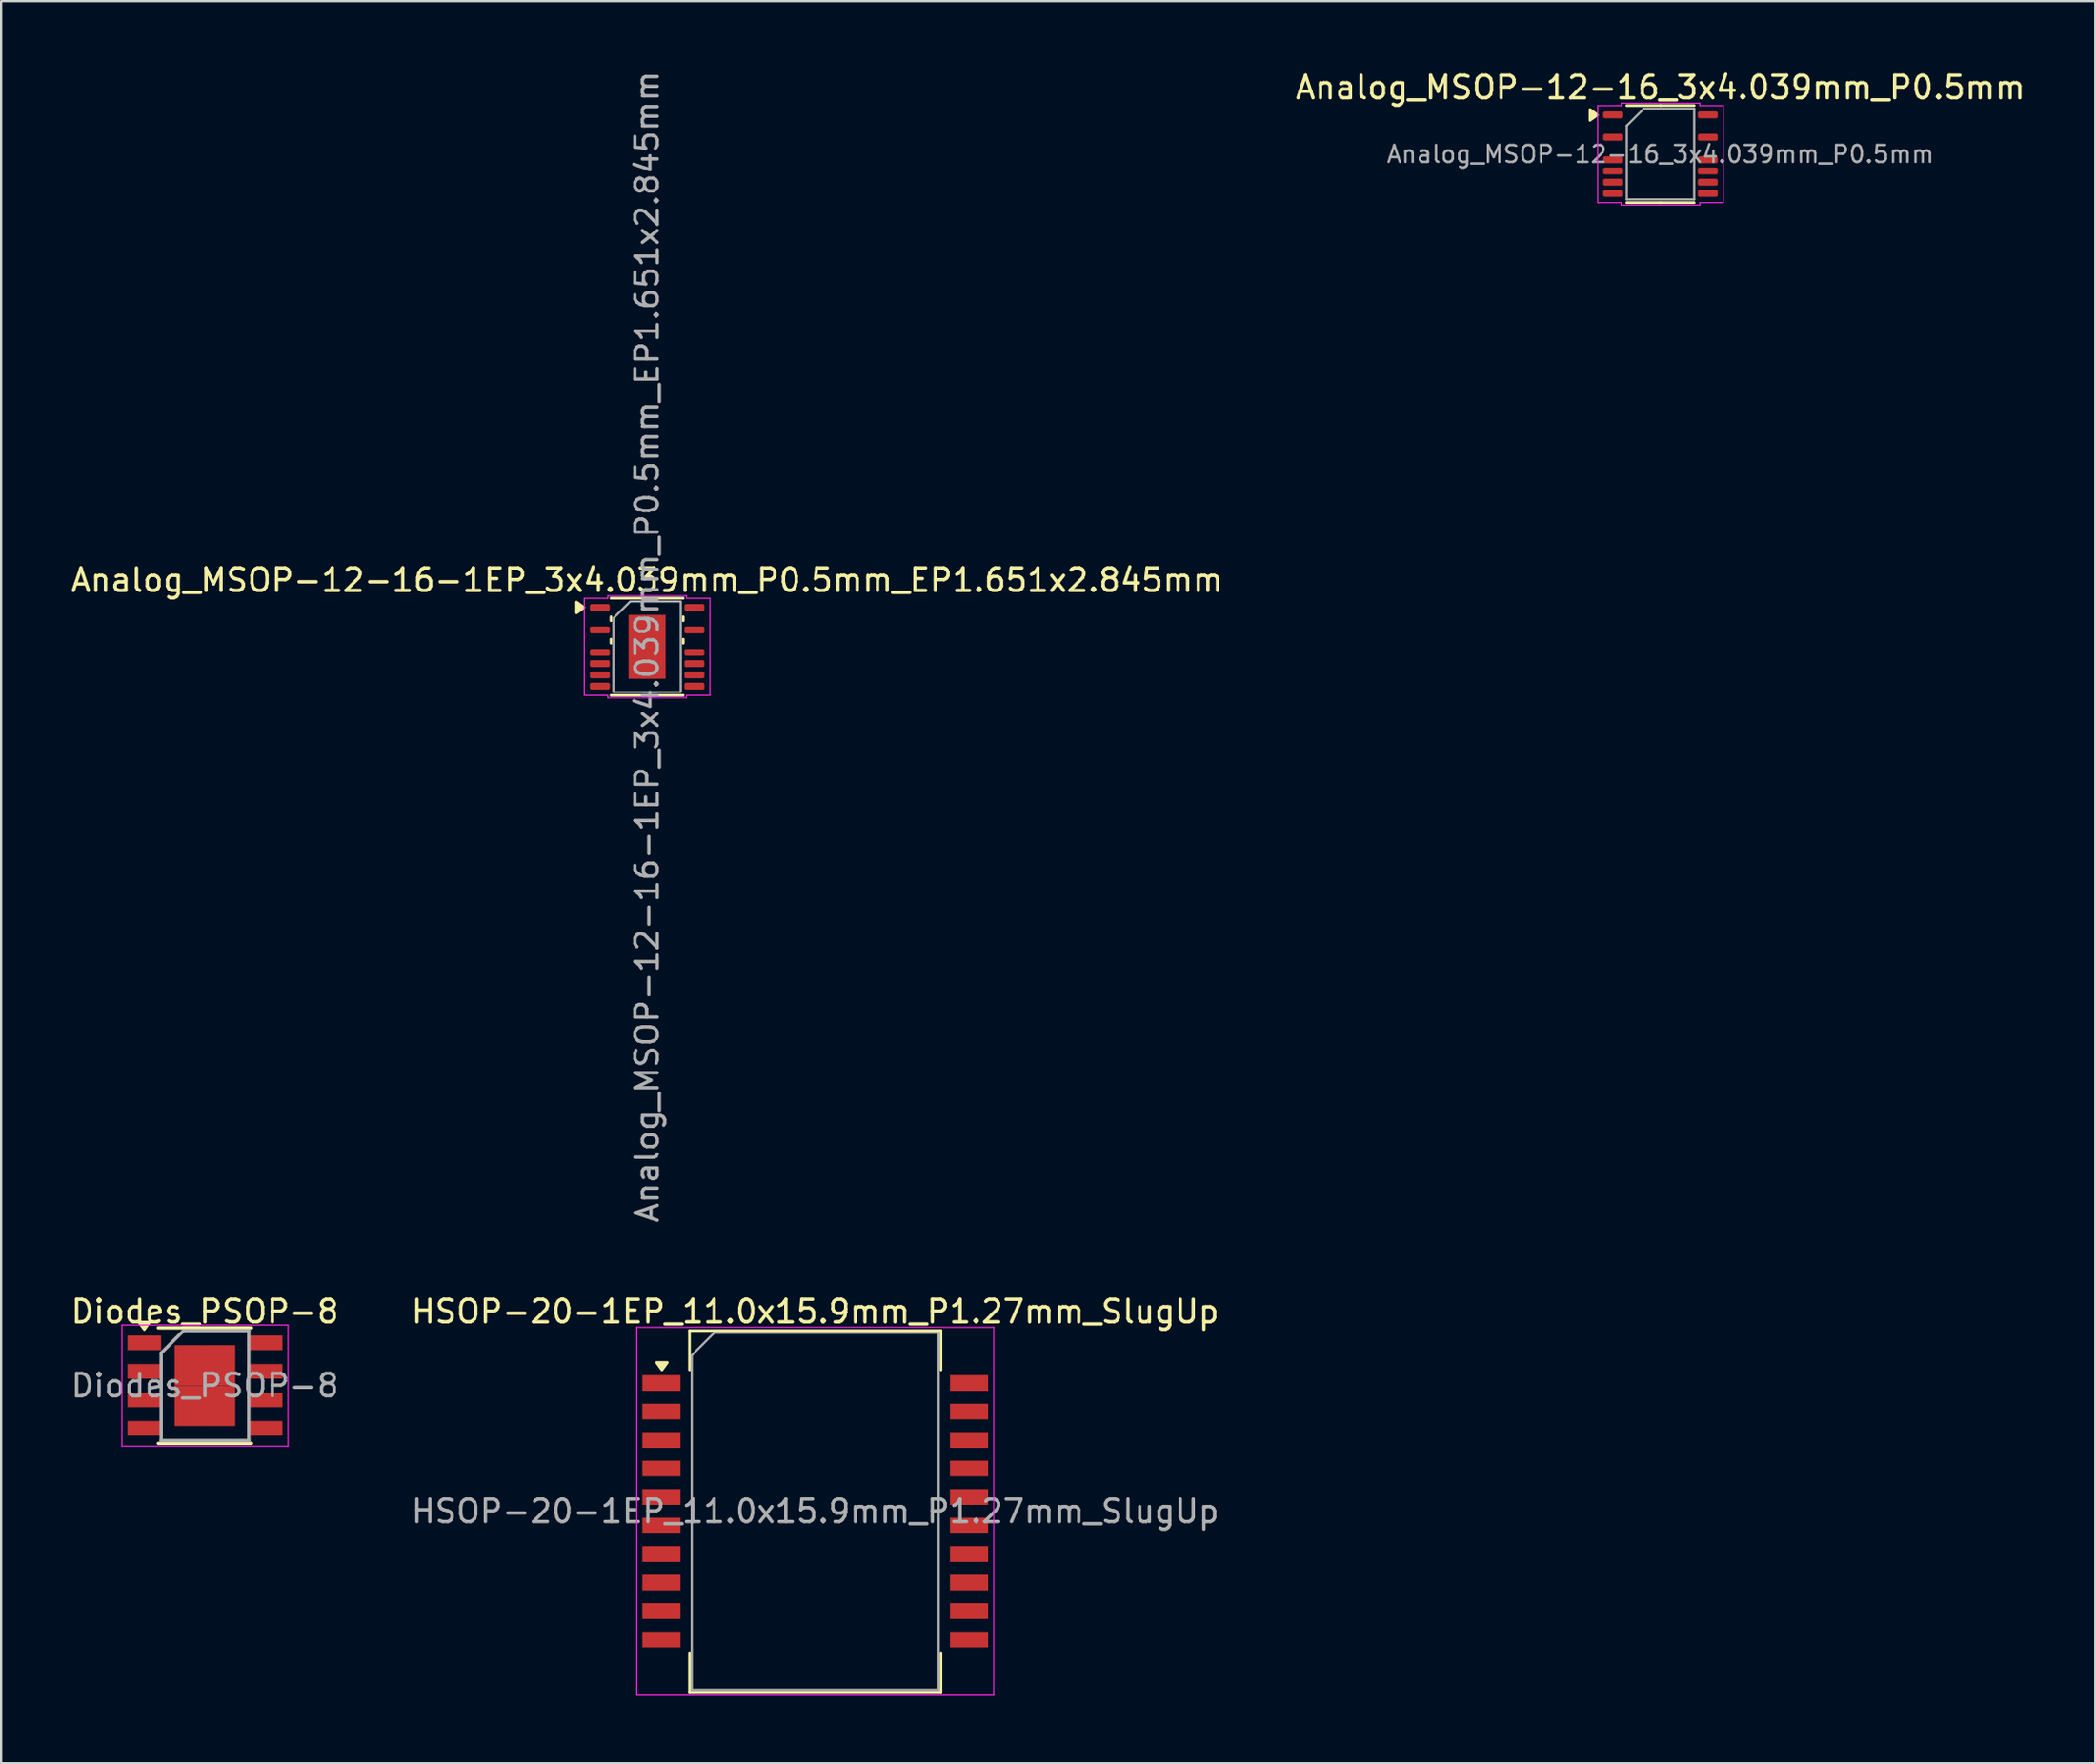
<source format=kicad_pcb>
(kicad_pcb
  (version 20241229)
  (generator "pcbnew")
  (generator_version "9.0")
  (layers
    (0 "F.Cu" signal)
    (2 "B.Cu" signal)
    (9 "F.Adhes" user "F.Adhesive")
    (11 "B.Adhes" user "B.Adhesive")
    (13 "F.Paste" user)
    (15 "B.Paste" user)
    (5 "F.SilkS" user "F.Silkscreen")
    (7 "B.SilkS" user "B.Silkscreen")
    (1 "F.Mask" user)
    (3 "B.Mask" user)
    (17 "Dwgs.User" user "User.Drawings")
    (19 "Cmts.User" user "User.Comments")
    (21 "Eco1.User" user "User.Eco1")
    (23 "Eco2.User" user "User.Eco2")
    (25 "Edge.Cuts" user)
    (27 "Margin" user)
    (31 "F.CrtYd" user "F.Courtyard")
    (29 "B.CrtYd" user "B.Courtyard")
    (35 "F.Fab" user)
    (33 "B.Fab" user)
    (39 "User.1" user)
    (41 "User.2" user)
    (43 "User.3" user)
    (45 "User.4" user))
  (footprint "Analog_MSOP-12-16-1EP_3x4.039mm_P0.5mm_EP1.651x2.845mm"
    (layer "F.Cu")
    (at 25.768 25.768)
    (property "Reference" "Analog_MSOP-12-16-1EP_3x4.039mm_P0.5mm_EP1.651x2.845mm" (at 0 -2.97 0) (layer "F.SilkS") (effects (font (size 1 1) (thickness 0.15))))
    (attr smd)
    (fp_line (start -1.61 -2.163) (end 1.61 -2.163) (stroke (width 0.12) (type solid)) (layer "F.SilkS"))
    (fp_line (start -1.61 -1.163) (end -1.61 -1.337) (stroke (width 0.12) (type solid)) (layer "F.SilkS"))
    (fp_line (start -1.61 -0.163) (end -1.61 -0.338) (stroke (width 0.12) (type solid)) (layer "F.SilkS"))
    (fp_line (start 1.61 -1.337) (end 1.61 -1.163) (stroke (width 0.12) (type solid)) (layer "F.SilkS"))
    (fp_line (start 1.61 -0.338) (end 1.61 -0.163) (stroke (width 0.12) (type solid)) (layer "F.SilkS"))
    (fp_line (start 1.61 2.163) (end -1.61 2.163) (stroke (width 0.12) (type solid)) (layer "F.SilkS"))
    (fp_poly (pts (xy -2.81 -1.75) (xy -3.14 -1.51) (xy -3.14 -1.99)) (stroke (width 0.12) (type solid)) (fill yes) (layer "F.SilkS"))
    (fp_line (start -2.8 -2.16) (end -1.75 -2.16) (stroke (width 0.05) (type solid)) (layer "F.CrtYd"))
    (fp_line (start -2.8 2.16) (end -2.8 -2.16) (stroke (width 0.05) (type solid)) (layer "F.CrtYd"))
    (fp_line (start -1.75 -2.27) (end 1.75 -2.27) (stroke (width 0.05) (type solid)) (layer "F.CrtYd"))
    (fp_line (start -1.75 -2.16) (end -1.75 -2.27) (stroke (width 0.05) (type solid)) (layer "F.CrtYd"))
    (fp_line (start -1.75 2.16) (end -2.8 2.16) (stroke (width 0.05) (type solid)) (layer "F.CrtYd"))
    (fp_line (start -1.75 2.27) (end -1.75 2.16) (stroke (width 0.05) (type solid)) (layer "F.CrtYd"))
    (fp_line (start 1.75 -2.27) (end 1.75 -2.16) (stroke (width 0.05) (type solid)) (layer "F.CrtYd"))
    (fp_line (start 1.75 -2.16) (end 2.8 -2.16) (stroke (width 0.05) (type solid)) (layer "F.CrtYd"))
    (fp_line (start 1.75 2.16) (end 1.75 2.27) (stroke (width 0.05) (type solid)) (layer "F.CrtYd"))
    (fp_line (start 1.75 2.27) (end -1.75 2.27) (stroke (width 0.05) (type solid)) (layer "F.CrtYd"))
    (fp_line (start 2.8 -2.16) (end 2.8 2.16) (stroke (width 0.05) (type solid)) (layer "F.CrtYd"))
    (fp_line (start 2.8 2.16) (end 1.75 2.16) (stroke (width 0.05) (type solid)) (layer "F.CrtYd"))
    (fp_poly (pts (xy -0.75 -2.019) (xy 1.5 -2.019) (xy 1.5 2.019) (xy -1.5 2.019) (xy -1.5 -1.27)) (stroke (width 0.1) (type solid)) (fill no) (layer "F.Fab"))
    (fp_text user "${REFERENCE}" (at 0 0 90) (layer "F.Fab") (effects (font (size 1 1) (thickness 0.15))))
    (pad "" smd roundrect (at -0.415 -0.71) (size 0.69 1.19) (layers "F.Paste") (roundrect_rratio 0.25))
    (pad "" smd roundrect (at -0.415 0.71) (size 0.69 1.19) (layers "F.Paste") (roundrect_rratio 0.25))
    (pad "" smd roundrect (at 0.415 -0.71) (size 0.69 1.19) (layers "F.Paste") (roundrect_rratio 0.25))
    (pad "" smd roundrect (at 0.415 0.71) (size 0.69 1.19) (layers "F.Paste") (roundrect_rratio 0.25))
    (pad "1" smd roundrect (at -2.106 -1.75) (size 0.889 0.305) (layers "F.Cu" "F.Mask" "F.Paste") (roundrect_rratio 0.25))
    (pad "3" smd roundrect (at -2.106 -0.75) (size 0.889 0.305) (layers "F.Cu" "F.Mask" "F.Paste") (roundrect_rratio 0.25))
    (pad "5" smd roundrect (at -2.106 0.25) (size 0.889 0.305) (layers "F.Cu" "F.Mask" "F.Paste") (roundrect_rratio 0.25))
    (pad "6" smd roundrect (at -2.106 0.75) (size 0.889 0.305) (layers "F.Cu" "F.Mask" "F.Paste") (roundrect_rratio 0.25))
    (pad "7" smd roundrect (at -2.106 1.25) (size 0.889 0.305) (layers "F.Cu" "F.Mask" "F.Paste") (roundrect_rratio 0.25))
    (pad "8" smd roundrect (at -2.106 1.75) (size 0.889 0.305) (layers "F.Cu" "F.Mask" "F.Paste") (roundrect_rratio 0.25))
    (pad "9" smd roundrect (at 2.106 1.75) (size 0.889 0.305) (layers "F.Cu" "F.Mask" "F.Paste") (roundrect_rratio 0.25))
    (pad "10" smd roundrect (at 2.106 1.25) (size 0.889 0.305) (layers "F.Cu" "F.Mask" "F.Paste") (roundrect_rratio 0.25))
    (pad "11" smd roundrect (at 2.106 0.75) (size 0.889 0.305) (layers "F.Cu" "F.Mask" "F.Paste") (roundrect_rratio 0.25))
    (pad "12" smd roundrect (at 2.106 0.25) (size 0.889 0.305) (layers "F.Cu" "F.Mask" "F.Paste") (roundrect_rratio 0.25))
    (pad "14" smd roundrect (at 2.106 -0.75) (size 0.889 0.305) (layers "F.Cu" "F.Mask" "F.Paste") (roundrect_rratio 0.25))
    (pad "16" smd roundrect (at 2.106 -1.75) (size 0.889 0.305) (layers "F.Cu" "F.Mask" "F.Paste") (roundrect_rratio 0.25))
    (pad "17" smd rect (at 0 0) (size 1.651 2.845) (property pad_prop_heatsink) (layers "F.Cu" "F.Mask")))
  (footprint "Diodes_PSOP-8"
    (layer "F.Cu")
    (at 6.077 58.684)
    (property "Reference" "Diodes_PSOP-8" (at 0 -3.3 0) (layer "F.SilkS") (effects (font (size 1 1) (thickness 0.15))))
    (attr smd)
    (fp_line (start -2.075 -2.575) (end 2.075 -2.575) (stroke (width 0.15) (type solid)) (layer "F.SilkS"))
    (fp_line (start -2.075 2.575) (end 2.075 2.575) (stroke (width 0.15) (type solid)) (layer "F.SilkS"))
    (fp_poly (pts (xy -2.7 -2.5) (xy -2.94 -2.83) (xy -2.46 -2.83) (xy -2.7 -2.5)) (stroke (width 0.12) (type solid)) (fill yes) (layer "F.SilkS"))
    (fp_line (start -3.7 -2.7) (end -3.7 2.7) (stroke (width 0.05) (type solid)) (layer "F.CrtYd"))
    (fp_line (start -3.7 -2.7) (end 3.7 -2.7) (stroke (width 0.05) (type solid)) (layer "F.CrtYd"))
    (fp_line (start -3.7 2.7) (end 3.7 2.7) (stroke (width 0.05) (type solid)) (layer "F.CrtYd"))
    (fp_line (start 3.7 -2.7) (end 3.7 2.7) (stroke (width 0.05) (type solid)) (layer "F.CrtYd"))
    (fp_line (start -1.95 -1.45) (end -0.95 -2.45) (stroke (width 0.15) (type solid)) (layer "F.Fab"))
    (fp_line (start -1.95 2.45) (end -1.95 -1.45) (stroke (width 0.15) (type solid)) (layer "F.Fab"))
    (fp_line (start -0.95 -2.45) (end 1.95 -2.45) (stroke (width 0.15) (type solid)) (layer "F.Fab"))
    (fp_line (start 1.95 -2.45) (end 1.95 2.45) (stroke (width 0.15) (type solid)) (layer "F.Fab"))
    (fp_line (start 1.95 2.45) (end -1.95 2.45) (stroke (width 0.15) (type solid)) (layer "F.Fab"))
    (fp_text user "${REFERENCE}" (at 0 0 0) (layer "F.Fab") (effects (font (size 1 1) (thickness 0.15))))
    (pad "1" smd rect (at -2.7 -1.905) (size 1.5 0.65) (layers "F.Cu" "F.Mask" "F.Paste"))
    (pad "2" smd rect (at -2.7 -0.635) (size 1.5 0.65) (layers "F.Cu" "F.Mask" "F.Paste"))
    (pad "3" smd rect (at -2.7 0.635) (size 1.5 0.65) (layers "F.Cu" "F.Mask" "F.Paste"))
    (pad "4" smd rect (at -2.7 1.905) (size 1.5 0.65) (layers "F.Cu" "F.Mask" "F.Paste"))
    (pad "5" smd rect (at 2.7 1.905) (size 1.5 0.65) (layers "F.Cu" "F.Mask" "F.Paste"))
    (pad "6" smd rect (at 2.7 0.635) (size 1.5 0.65) (layers "F.Cu" "F.Mask" "F.Paste"))
    (pad "7" smd rect (at 2.7 -0.635) (size 1.5 0.65) (layers "F.Cu" "F.Mask" "F.Paste"))
    (pad "8" smd rect (at 2.7 -1.905) (size 1.5 0.65) (layers "F.Cu" "F.Mask" "F.Paste"))
    (pad "9" smd rect (at -0.675 -0.9) (size 1.35 1.8) (layers "F.Cu" "F.Mask" "F.Paste"))
    (pad "9" smd rect (at -0.675 0.9) (size 1.35 1.8) (layers "F.Cu" "F.Mask" "F.Paste"))
    (pad "9" smd rect (at 0.675 -0.9) (size 1.35 1.8) (layers "F.Cu" "F.Mask" "F.Paste"))
    (pad "9" smd rect (at 0.675 0.9) (size 1.35 1.8) (layers "F.Cu" "F.Mask" "F.Paste")))
  (footprint "Analog_MSOP-12-16_3x4.039mm_P0.5mm"
    (layer "F.Cu")
    (at 70.899 3.818)
    (property "Reference" "Analog_MSOP-12-16_3x4.039mm_P0.5mm" (at 0 -2.97 0) (layer "F.SilkS") (effects (font (size 1 1) (thickness 0.15))))
    (attr smd)
    (fp_line (start 0 -2.163) (end -1.5 -2.163) (stroke (width 0.12) (type solid)) (layer "F.SilkS"))
    (fp_line (start 0 -2.163) (end 1.5 -2.163) (stroke (width 0.12) (type solid)) (layer "F.SilkS"))
    (fp_line (start 0 2.163) (end -1.5 2.163) (stroke (width 0.12) (type solid)) (layer "F.SilkS"))
    (fp_line (start 0 2.163) (end 1.5 2.163) (stroke (width 0.12) (type solid)) (layer "F.SilkS"))
    (fp_poly (pts (xy -2.81 -1.75) (xy -3.14 -1.51) (xy -3.14 -1.99)) (stroke (width 0.12) (type solid)) (fill yes) (layer "F.SilkS"))
    (fp_line (start -2.8 -2.16) (end -1.75 -2.16) (stroke (width 0.05) (type solid)) (layer "F.CrtYd"))
    (fp_line (start -2.8 2.16) (end -2.8 -2.16) (stroke (width 0.05) (type solid)) (layer "F.CrtYd"))
    (fp_line (start -1.75 -2.27) (end 1.75 -2.27) (stroke (width 0.05) (type solid)) (layer "F.CrtYd"))
    (fp_line (start -1.75 -2.16) (end -1.75 -2.27) (stroke (width 0.05) (type solid)) (layer "F.CrtYd"))
    (fp_line (start -1.75 2.16) (end -2.8 2.16) (stroke (width 0.05) (type solid)) (layer "F.CrtYd"))
    (fp_line (start -1.75 2.27) (end -1.75 2.16) (stroke (width 0.05) (type solid)) (layer "F.CrtYd"))
    (fp_line (start 1.75 -2.27) (end 1.75 -2.16) (stroke (width 0.05) (type solid)) (layer "F.CrtYd"))
    (fp_line (start 1.75 -2.16) (end 2.8 -2.16) (stroke (width 0.05) (type solid)) (layer "F.CrtYd"))
    (fp_line (start 1.75 2.16) (end 1.75 2.27) (stroke (width 0.05) (type solid)) (layer "F.CrtYd"))
    (fp_line (start 1.75 2.27) (end -1.75 2.27) (stroke (width 0.05) (type solid)) (layer "F.CrtYd"))
    (fp_line (start 2.8 -2.16) (end 2.8 2.16) (stroke (width 0.05) (type solid)) (layer "F.CrtYd"))
    (fp_line (start 2.8 2.16) (end 1.75 2.16) (stroke (width 0.05) (type solid)) (layer "F.CrtYd"))
    (fp_line (start -1.5 -1.27) (end -0.75 -2.019) (stroke (width 0.1) (type solid)) (layer "F.Fab"))
    (fp_line (start -1.5 2.019) (end -1.5 -1.27) (stroke (width 0.1) (type solid)) (layer "F.Fab"))
    (fp_line (start -0.75 -2.019) (end 1.5 -2.019) (stroke (width 0.1) (type solid)) (layer "F.Fab"))
    (fp_line (start 1.5 -2.019) (end 1.5 2.019) (stroke (width 0.1) (type solid)) (layer "F.Fab"))
    (fp_line (start 1.5 2.019) (end -1.5 2.019) (stroke (width 0.1) (type solid)) (layer "F.Fab"))
    (fp_text user "${REFERENCE}" (at 0 0 0) (layer "F.Fab") (effects (font (size 0.75 0.75) (thickness 0.11))))
    (pad "1" smd roundrect (at -2.106 -1.75) (size 0.889 0.305) (layers "F.Cu" "F.Mask" "F.Paste") (roundrect_rratio 0.25))
    (pad "3" smd roundrect (at -2.106 -0.75) (size 0.889 0.305) (layers "F.Cu" "F.Mask" "F.Paste") (roundrect_rratio 0.25))
    (pad "5" smd roundrect (at -2.106 0.25) (size 0.889 0.305) (layers "F.Cu" "F.Mask" "F.Paste") (roundrect_rratio 0.25))
    (pad "6" smd roundrect (at -2.106 0.75) (size 0.889 0.305) (layers "F.Cu" "F.Mask" "F.Paste") (roundrect_rratio 0.25))
    (pad "7" smd roundrect (at -2.106 1.25) (size 0.889 0.305) (layers "F.Cu" "F.Mask" "F.Paste") (roundrect_rratio 0.25))
    (pad "8" smd roundrect (at -2.106 1.75) (size 0.889 0.305) (layers "F.Cu" "F.Mask" "F.Paste") (roundrect_rratio 0.25))
    (pad "9" smd roundrect (at 2.106 1.75) (size 0.889 0.305) (layers "F.Cu" "F.Mask" "F.Paste") (roundrect_rratio 0.25))
    (pad "10" smd roundrect (at 2.106 1.25) (size 0.889 0.305) (layers "F.Cu" "F.Mask" "F.Paste") (roundrect_rratio 0.25))
    (pad "11" smd roundrect (at 2.106 0.75) (size 0.889 0.305) (layers "F.Cu" "F.Mask" "F.Paste") (roundrect_rratio 0.25))
    (pad "12" smd roundrect (at 2.106 0.25) (size 0.889 0.305) (layers "F.Cu" "F.Mask" "F.Paste") (roundrect_rratio 0.25))
    (pad "14" smd roundrect (at 2.106 -0.75) (size 0.889 0.305) (layers "F.Cu" "F.Mask" "F.Paste") (roundrect_rratio 0.25))
    (pad "16" smd roundrect (at 2.106 -1.75) (size 0.889 0.305) (layers "F.Cu" "F.Mask" "F.Paste") (roundrect_rratio 0.25)))
  (footprint "HSOP-20-1EP_11.0x15.9mm_P1.27mm_SlugUp"
    (layer "F.Cu")
    (at 33.256 64.284)
    (property "Reference" "HSOP-20-1EP_11.0x15.9mm_P1.27mm_SlugUp" (at 0 -8.9 0) (layer "F.SilkS") (effects (font (size 1 1) (thickness 0.15))))
    (attr smd)
    (fp_line (start -5.6 -8.05) (end -5.6 -6.3) (stroke (width 0.12) (type solid)) (layer "F.SilkS"))
    (fp_line (start -5.6 8.05) (end -5.6 6.3) (stroke (width 0.12) (type solid)) (layer "F.SilkS"))
    (fp_line (start 5.6 -8.05) (end -5.6 -8.05) (stroke (width 0.12) (type solid)) (layer "F.SilkS"))
    (fp_line (start 5.6 -8.05) (end 5.6 -6.3) (stroke (width 0.12) (type solid)) (layer "F.SilkS"))
    (fp_line (start 5.6 8.05) (end -5.6 8.05) (stroke (width 0.12) (type solid)) (layer "F.SilkS"))
    (fp_line (start 5.6 8.05) (end 5.6 6.3) (stroke (width 0.12) (type solid)) (layer "F.SilkS"))
    (fp_poly (pts (xy -6.825 -6.3) (xy -7.065 -6.63) (xy -6.585 -6.63) (xy -6.825 -6.3)) (stroke (width 0.12) (type solid)) (fill yes) (layer "F.SilkS"))
    (fp_line (start -7.95 -8.2) (end -7.95 8.2) (stroke (width 0.05) (type solid)) (layer "F.CrtYd"))
    (fp_line (start -7.95 -8.2) (end 7.95 -8.2) (stroke (width 0.05) (type solid)) (layer "F.CrtYd"))
    (fp_line (start 7.95 8.2) (end -7.95 8.2) (stroke (width 0.05) (type solid)) (layer "F.CrtYd"))
    (fp_line (start 7.95 8.2) (end 7.95 -8.2) (stroke (width 0.05) (type solid)) (layer "F.CrtYd"))
    (fp_line (start -5.5 -6.95) (end -5.5 7.95) (stroke (width 0.1) (type solid)) (layer "F.Fab"))
    (fp_line (start -5.5 7.95) (end 5.5 7.95) (stroke (width 0.1) (type solid)) (layer "F.Fab"))
    (fp_line (start -4.5 -7.95) (end -5.5 -6.95) (stroke (width 0.1) (type solid)) (layer "F.Fab"))
    (fp_line (start 5.5 -7.95) (end -4.5 -7.95) (stroke (width 0.1) (type solid)) (layer "F.Fab"))
    (fp_line (start 5.5 7.95) (end 5.5 -7.95) (stroke (width 0.1) (type solid)) (layer "F.Fab"))
    (fp_text user "${REFERENCE}" (at 0 0 0) (layer "F.Fab") (effects (font (size 1 1) (thickness 0.15))))
    (pad "1" smd rect (at -6.85 -5.715) (size 1.7 0.7) (layers "F.Cu" "F.Mask" "F.Paste"))
    (pad "2" smd rect (at -6.85 -4.445) (size 1.7 0.7) (layers "F.Cu" "F.Mask" "F.Paste"))
    (pad "3" smd rect (at -6.85 -3.175) (size 1.7 0.7) (layers "F.Cu" "F.Mask" "F.Paste"))
    (pad "4" smd rect (at -6.85 -1.905) (size 1.7 0.7) (layers "F.Cu" "F.Mask" "F.Paste"))
    (pad "5" smd rect (at -6.85 -0.635) (size 1.7 0.7) (layers "F.Cu" "F.Mask" "F.Paste"))
    (pad "6" smd rect (at -6.85 0.635) (size 1.7 0.7) (layers "F.Cu" "F.Mask" "F.Paste"))
    (pad "7" smd rect (at -6.85 1.905) (size 1.7 0.7) (layers "F.Cu" "F.Mask" "F.Paste"))
    (pad "8" smd rect (at -6.85 3.175) (size 1.7 0.7) (layers "F.Cu" "F.Mask" "F.Paste"))
    (pad "9" smd rect (at -6.85 4.445) (size 1.7 0.7) (layers "F.Cu" "F.Mask" "F.Paste"))
    (pad "10" smd rect (at -6.85 5.715) (size 1.7 0.7) (layers "F.Cu" "F.Mask" "F.Paste"))
    (pad "11" smd rect (at 6.85 5.715) (size 1.7 0.7) (layers "F.Cu" "F.Mask" "F.Paste"))
    (pad "12" smd rect (at 6.85 4.445) (size 1.7 0.7) (layers "F.Cu" "F.Mask" "F.Paste"))
    (pad "13" smd rect (at 6.85 3.175) (size 1.7 0.7) (layers "F.Cu" "F.Mask" "F.Paste"))
    (pad "14" smd rect (at 6.85 1.905) (size 1.7 0.7) (layers "F.Cu" "F.Mask" "F.Paste"))
    (pad "15" smd rect (at 6.85 0.635) (size 1.7 0.7) (layers "F.Cu" "F.Mask" "F.Paste"))
    (pad "16" smd rect (at 6.85 -0.635) (size 1.7 0.7) (layers "F.Cu" "F.Mask" "F.Paste"))
    (pad "17" smd rect (at 6.85 -1.905) (size 1.7 0.7) (layers "F.Cu" "F.Mask" "F.Paste"))
    (pad "18" smd rect (at 6.85 -3.175) (size 1.7 0.7) (layers "F.Cu" "F.Mask" "F.Paste"))
    (pad "19" smd rect (at 6.85 -4.445) (size 1.7 0.7) (layers "F.Cu" "F.Mask" "F.Paste"))
    (pad "20" smd rect (at 6.85 -5.715) (size 1.7 0.7) (layers "F.Cu" "F.Mask" "F.Paste")))
  (gr_rect
    (start -3 -3)
    (end 90.262 75.509)
    (stroke (width 0.1) (type default))
    (fill no)
    (layer "Edge.Cuts")))
</source>
